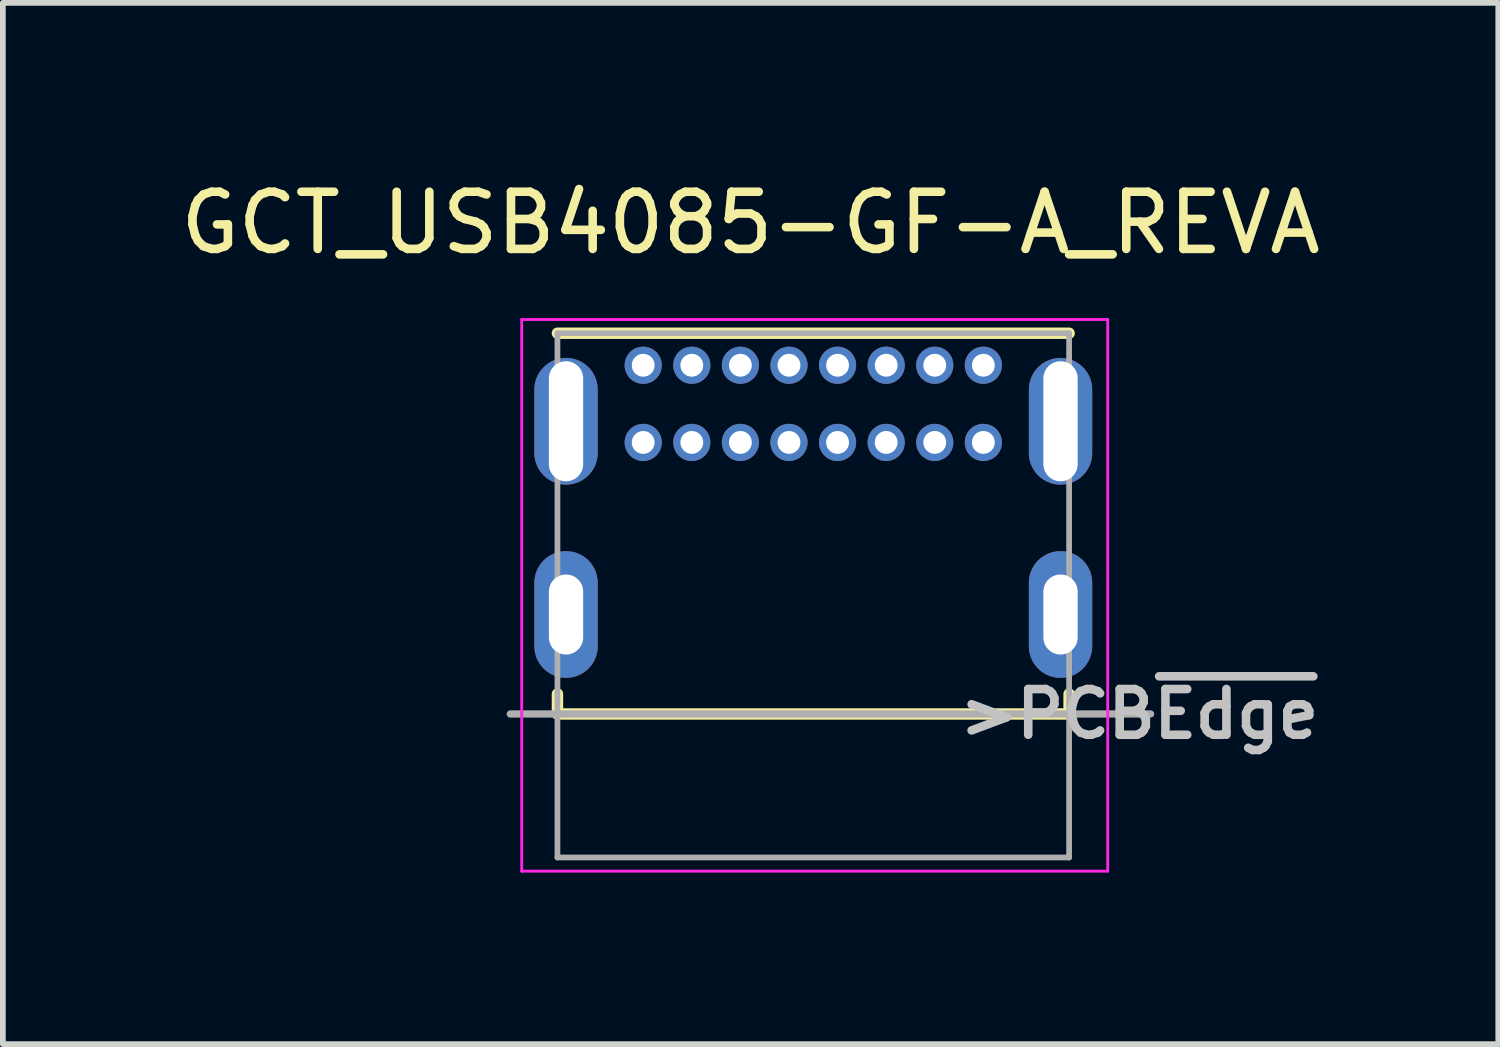
<source format=kicad_pcb>
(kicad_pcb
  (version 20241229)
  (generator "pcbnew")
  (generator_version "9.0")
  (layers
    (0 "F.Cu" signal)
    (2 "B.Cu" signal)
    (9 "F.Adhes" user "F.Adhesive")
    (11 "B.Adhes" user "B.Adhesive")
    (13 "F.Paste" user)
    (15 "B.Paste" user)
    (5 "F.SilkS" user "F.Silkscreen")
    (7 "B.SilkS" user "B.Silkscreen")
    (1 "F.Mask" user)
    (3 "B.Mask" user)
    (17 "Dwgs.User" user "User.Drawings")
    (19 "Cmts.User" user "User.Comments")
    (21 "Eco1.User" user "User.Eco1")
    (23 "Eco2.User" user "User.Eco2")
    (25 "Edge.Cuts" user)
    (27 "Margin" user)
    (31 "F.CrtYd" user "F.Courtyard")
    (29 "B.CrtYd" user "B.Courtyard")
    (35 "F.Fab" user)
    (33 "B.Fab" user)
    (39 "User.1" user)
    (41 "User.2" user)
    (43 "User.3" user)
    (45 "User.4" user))
  (footprint "GCT_USB4085-GF-A_REVA"
    (layer "F.Cu")
    (at 11.176 7.364)
    (property "Reference" "GCT_USB4085-GF-A_REVA" (at -1.097 -6.515 0) (layer "F.SilkS") (effects (font (size 1 1) (thickness 0.15))))
    (attr through_hole)
    (fp_line (start -4.475 -4.585) (end 4.475 -4.585) (stroke (width 0.2) (type solid)) (layer "F.SilkS"))
    (fp_line (start -4.475 1.725) (end -4.475 2.075) (stroke (width 0.2) (type solid)) (layer "F.SilkS"))
    (fp_line (start -4.475 2.075) (end 4.475 2.075) (stroke (width 0.2) (type solid)) (layer "F.SilkS"))
    (fp_line (start 4.475 2.075) (end 4.475 1.725) (stroke (width 0.2) (type solid)) (layer "F.SilkS"))
    (fp_line (start -5.1 -4.825) (end 5.15 -4.825) (stroke (width 0.05) (type solid)) (layer "F.CrtYd"))
    (fp_line (start -5.1 4.825) (end -5.1 -4.825) (stroke (width 0.05) (type solid)) (layer "F.CrtYd"))
    (fp_line (start 5.15 -4.825) (end 5.15 4.825) (stroke (width 0.05) (type solid)) (layer "F.CrtYd"))
    (fp_line (start 5.15 4.825) (end -5.1 4.825) (stroke (width 0.05) (type solid)) (layer "F.CrtYd"))
    (fp_line (start -5.3 2.075) (end 5.9 2.075) (stroke (width 0.127) (type solid)) (layer "F.Fab"))
    (fp_line (start -4.475 -4.585) (end 4.475 -4.585) (stroke (width 0.1) (type solid)) (layer "F.Fab"))
    (fp_line (start -4.475 4.585) (end -4.475 -4.585) (stroke (width 0.1) (type solid)) (layer "F.Fab"))
    (fp_line (start 4.475 -4.585) (end 4.475 4.585) (stroke (width 0.1) (type solid)) (layer "F.Fab"))
    (fp_line (start 4.475 4.585) (end -4.475 4.585) (stroke (width 0.1) (type solid)) (layer "F.Fab"))
    (fp_text user ">PCB~{Edge}" (at 5.703 2.076 0) (layer "Dwgs.User") (effects (font (size 0.8 0.8) (thickness 0.15))))
    (pad "A1" thru_hole circle (at -2.975 -4.025) (size 0.65 0.65) (drill 0.4) (layers "*.Cu" "*.Mask"))
    (pad "A4" thru_hole circle (at -2.125 -4.025) (size 0.65 0.65) (drill 0.4) (layers "*.Cu" "*.Mask"))
    (pad "A5" thru_hole circle (at -1.275 -4.025) (size 0.65 0.65) (drill 0.4) (layers "*.Cu" "*.Mask"))
    (pad "A6" thru_hole circle (at -0.425 -4.025) (size 0.65 0.65) (drill 0.4) (layers "*.Cu" "*.Mask"))
    (pad "A7" thru_hole circle (at 0.425 -4.025) (size 0.65 0.65) (drill 0.4) (layers "*.Cu" "*.Mask"))
    (pad "A8" thru_hole circle (at 1.275 -4.025) (size 0.65 0.65) (drill 0.4) (layers "*.Cu" "*.Mask"))
    (pad "A9" thru_hole circle (at 2.125 -4.025) (size 0.65 0.65) (drill 0.4) (layers "*.Cu" "*.Mask"))
    (pad "A12" thru_hole circle (at 2.975 -4.025) (size 0.65 0.65) (drill 0.4) (layers "*.Cu" "*.Mask"))
    (pad "B1" thru_hole circle (at 2.975 -2.675) (size 0.65 0.65) (drill 0.4) (layers "*.Cu" "*.Mask"))
    (pad "B4" thru_hole circle (at 2.125 -2.675) (size 0.65 0.65) (drill 0.4) (layers "*.Cu" "*.Mask"))
    (pad "B5" thru_hole circle (at 1.275 -2.675) (size 0.65 0.65) (drill 0.4) (layers "*.Cu" "*.Mask"))
    (pad "B6" thru_hole circle (at 0.425 -2.675) (size 0.65 0.65) (drill 0.4) (layers "*.Cu" "*.Mask"))
    (pad "B7" thru_hole circle (at -0.425 -2.675) (size 0.65 0.65) (drill 0.4) (layers "*.Cu" "*.Mask"))
    (pad "B8" thru_hole circle (at -1.275 -2.675) (size 0.65 0.65) (drill 0.4) (layers "*.Cu" "*.Mask"))
    (pad "B9" thru_hole circle (at -2.125 -2.675) (size 0.65 0.65) (drill 0.4) (layers "*.Cu" "*.Mask"))
    (pad "B12" thru_hole circle (at -2.975 -2.675) (size 0.65 0.65) (drill 0.4) (layers "*.Cu" "*.Mask"))
    (pad "P1" thru_hole oval (at -4.325 -3.045) (size 1.108 2.216) (drill oval 0.6 2.1) (layers "*.Cu" "*.Mask"))
    (pad "P2" thru_hole oval (at 4.325 -3.045) (size 1.108 2.216) (drill oval 0.6 2.1) (layers "*.Cu" "*.Mask"))
    (pad "P3" thru_hole oval (at 4.325 0.335) (size 1.108 2.216) (drill oval 0.6 1.4) (layers "*.Cu" "*.Mask"))
    (pad "P4" thru_hole oval (at -4.325 0.335) (size 1.108 2.216) (drill oval 0.6 1.4) (layers "*.Cu" "*.Mask")))
  (gr_rect
    (start -3 -3)
    (end 23.158 15.214)
    (stroke (width 0.1) (type default))
    (fill no)
    (layer "Edge.Cuts")))
</source>
